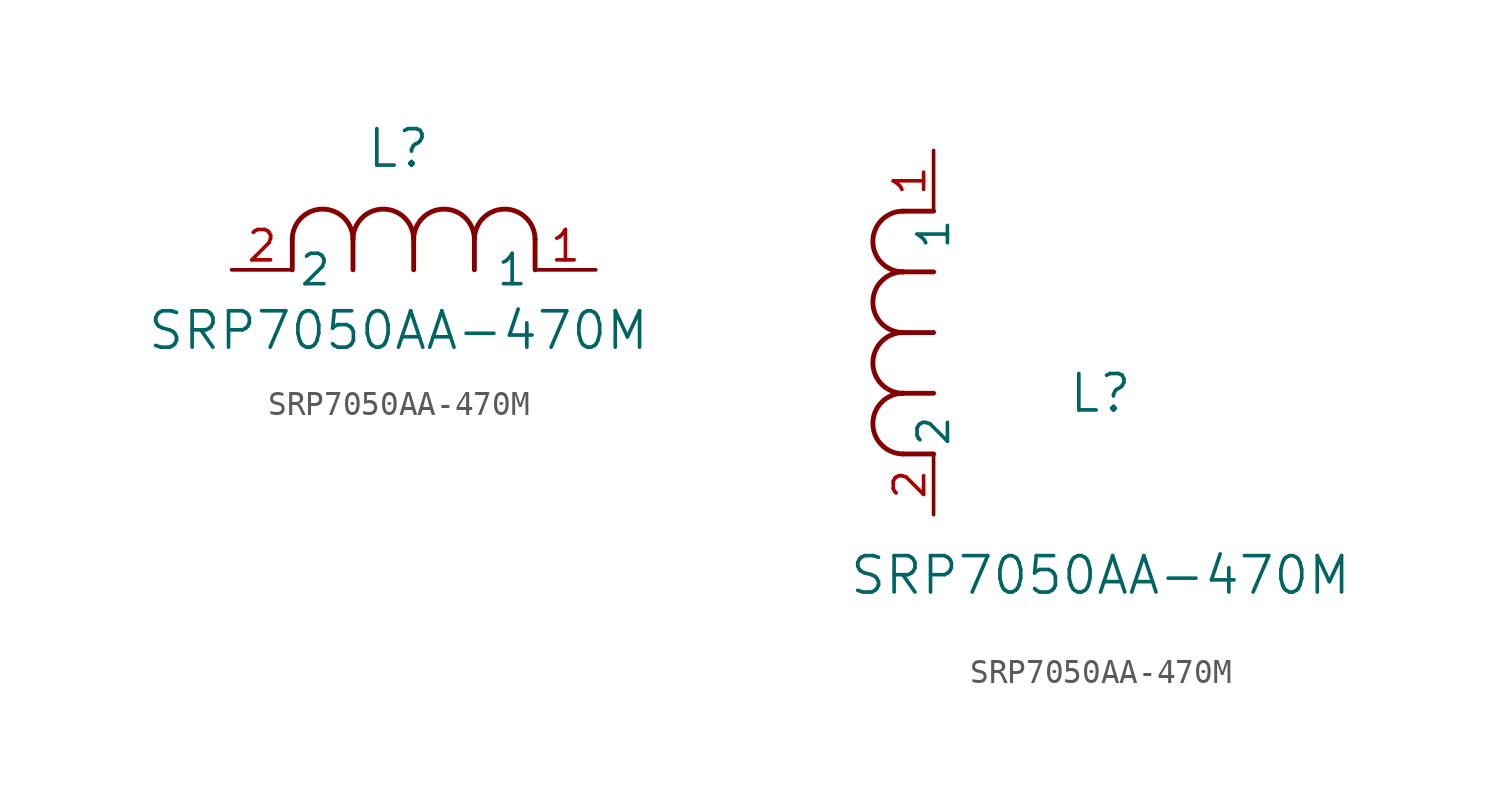
<source format=kicad_sym>
(kicad_symbol_lib
  (version 20211014)
  (generator kicad_symbol_editor)
  (symbol "SRP7050AA-470M"
    (pin_names
      (offset 0.254))
    (property "Reference" "L"
      (at 6.985 5.08 0)
      (effects (font (size 1.524 1.524))))
    (property "Value" "SRP7050AA-470M"
      (at 6.985 -2.54 0)
      (effects (font (size 1.524 1.524))))
    (symbol "SRP7050AA-470M_1_1"
      (arc (start 7.62 1.27) (mid 6.35 2.54) (end 5.08 1.27) (stroke (width 0.2032) (type default) (color 0 0 0 0)) (fill (type none)))
      (polyline (pts (xy 5.08 0) (xy 5.08 1.27)) (stroke (width 0.203) (type default) (color 0 0 0 0)) (fill (type none)))
      (polyline (pts (xy 7.62 0) (xy 7.62 1.27)) (stroke (width 0.203) (type default) (color 0 0 0 0)) (fill (type none)))
      (polyline (pts (xy 12.7 0) (xy 12.7 1.27)) (stroke (width 0.203) (type default) (color 0 0 0 0)) (fill (type none)))
      (arc (start 5.08 1.27) (mid 3.81 2.54) (end 2.54 1.27) (stroke (width 0.2032) (type default) (color 0 0 0 0)) (fill (type none)))
      (arc (start 10.16 1.27) (mid 8.89 2.54) (end 7.62 1.27) (stroke (width 0.2032) (type default) (color 0 0 0 0)) (fill (type none)))
      (arc (start 12.7 1.27) (mid 11.43 2.54) (end 10.16 1.27) (stroke (width 0.2032) (type default) (color 0 0 0 0)) (fill (type none)))
      (polyline (pts (xy 2.54 0) (xy 2.54 1.27)) (stroke (width 0.203) (type default) (color 0 0 0 0)) (fill (type none)))
      (polyline (pts (xy 10.16 0) (xy 10.16 1.27)) (stroke (width 0.203) (type default) (color 0 0 0 0)) (fill (type none)))
      (pin unspecified line (at 0 0 0) (length 2.54) (name "2" (effects (font (size 1.27 1.27)))) (number "2" (effects (font (size 1.27 1.27)))))
      (pin unspecified line (at 15.24 0 180) (length 2.54) (name "1" (effects (font (size 1.27 1.27)))) (number "1" (effects (font (size 1.27 1.27))))))
    (symbol "SRP7050AA-470M_1_2"
      (arc (start -1.27 7.62) (mid -2.54 6.35) (end -1.27 5.08) (stroke (width 0.2032) (type default) (color 0 0 0 0)) (fill (type none)))
      (arc (start -1.27 5.08) (mid -2.54 3.81) (end -1.27 2.54) (stroke (width 0.2032) (type default) (color 0 0 0 0)) (fill (type none)))
      (arc (start -1.27 12.7) (mid -2.54 11.43) (end -1.27 10.16) (stroke (width 0.2032) (type default) (color 0 0 0 0)) (fill (type none)))
      (arc (start -1.27 10.16) (mid -2.54 8.89) (end -1.27 7.62) (stroke (width 0.2032) (type default) (color 0 0 0 0)) (fill (type none)))
      (polyline (pts (xy 0 7.62) (xy -1.27 7.62)) (stroke (width 0.203) (type default) (color 0 0 0 0)) (fill (type none)))
      (polyline (pts (xy 0 5.08) (xy -1.27 5.08)) (stroke (width 0.203) (type default) (color 0 0 0 0)) (fill (type none)))
      (polyline (pts (xy 0 12.7) (xy -1.27 12.7)) (stroke (width 0.203) (type default) (color 0 0 0 0)) (fill (type none)))
      (polyline (pts (xy 0 2.54) (xy -1.27 2.54)) (stroke (width 0.203) (type default) (color 0 0 0 0)) (fill (type none)))
      (polyline (pts (xy 0 10.16) (xy -1.27 10.16)) (stroke (width 0.203) (type default) (color 0 0 0 0)) (fill (type none)))
      (pin unspecified line (at 0 0 90) (length 2.54) (name "2" (effects (font (size 1.27 1.27)))) (number "2" (effects (font (size 1.27 1.27)))))
      (pin unspecified line (at 0 15.24 270) (length 2.54) (name "1" (effects (font (size 1.27 1.27)))) (number "1" (effects (font (size 1.27 1.27))))))))
</source>
